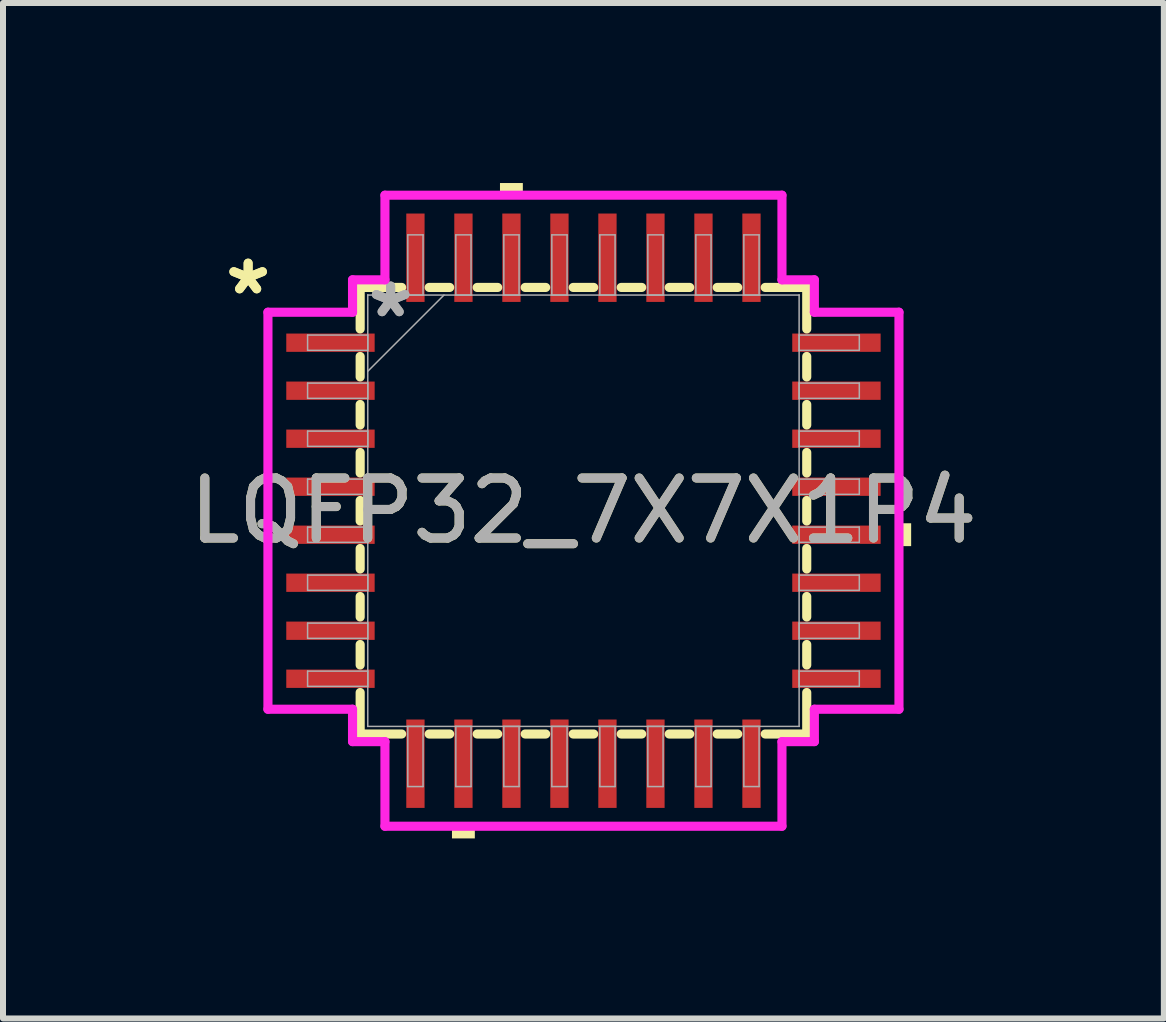
<source format=kicad_pcb>
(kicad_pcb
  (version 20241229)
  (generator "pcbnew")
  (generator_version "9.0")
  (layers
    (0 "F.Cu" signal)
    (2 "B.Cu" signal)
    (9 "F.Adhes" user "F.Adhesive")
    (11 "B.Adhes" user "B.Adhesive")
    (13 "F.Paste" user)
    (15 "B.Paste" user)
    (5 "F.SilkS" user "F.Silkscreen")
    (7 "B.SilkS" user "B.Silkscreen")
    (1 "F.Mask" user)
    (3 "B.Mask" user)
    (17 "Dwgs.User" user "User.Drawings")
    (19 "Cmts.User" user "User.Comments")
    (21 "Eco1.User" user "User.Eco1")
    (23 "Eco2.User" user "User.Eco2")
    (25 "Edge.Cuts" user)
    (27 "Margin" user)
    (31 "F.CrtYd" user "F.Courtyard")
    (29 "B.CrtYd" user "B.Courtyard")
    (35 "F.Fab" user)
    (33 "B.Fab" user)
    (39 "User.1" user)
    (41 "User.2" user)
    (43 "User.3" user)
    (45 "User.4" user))
  (footprint "LQFP32_7X7X1P4"
    (layer "F.Cu")
    (at 6.673 5.461)
    (property "Reference" "LQFP32_7X7X1P4" (at 0 0 0) (unlocked yes) (layer "F.SilkS") (effects (font (size 1 1) (thickness 0.15))))
    (attr smd)
    (fp_line (start -3.721 -3.721) (end -3.721 -3.029) (stroke (width 0.152) (type solid)) (layer "F.SilkS"))
    (fp_line (start -3.721 -2.571) (end -3.721 -2.229) (stroke (width 0.152) (type solid)) (layer "F.SilkS"))
    (fp_line (start -3.721 -1.771) (end -3.721 -1.429) (stroke (width 0.152) (type solid)) (layer "F.SilkS"))
    (fp_line (start -3.721 -0.971) (end -3.721 -0.629) (stroke (width 0.152) (type solid)) (layer "F.SilkS"))
    (fp_line (start -3.721 -0.171) (end -3.721 0.171) (stroke (width 0.152) (type solid)) (layer "F.SilkS"))
    (fp_line (start -3.721 0.629) (end -3.721 0.971) (stroke (width 0.152) (type solid)) (layer "F.SilkS"))
    (fp_line (start -3.721 1.429) (end -3.721 1.771) (stroke (width 0.152) (type solid)) (layer "F.SilkS"))
    (fp_line (start -3.721 2.229) (end -3.721 2.571) (stroke (width 0.152) (type solid)) (layer "F.SilkS"))
    (fp_line (start -3.721 3.029) (end -3.721 3.721) (stroke (width 0.152) (type solid)) (layer "F.SilkS"))
    (fp_line (start -3.721 3.721) (end -3.029 3.721) (stroke (width 0.152) (type solid)) (layer "F.SilkS"))
    (fp_line (start -3.029 -3.721) (end -3.721 -3.721) (stroke (width 0.152) (type solid)) (layer "F.SilkS"))
    (fp_line (start -2.571 3.721) (end -2.229 3.721) (stroke (width 0.152) (type solid)) (layer "F.SilkS"))
    (fp_line (start -2.229 -3.721) (end -2.571 -3.721) (stroke (width 0.152) (type solid)) (layer "F.SilkS"))
    (fp_line (start -1.771 3.721) (end -1.429 3.721) (stroke (width 0.152) (type solid)) (layer "F.SilkS"))
    (fp_line (start -1.429 -3.721) (end -1.771 -3.721) (stroke (width 0.152) (type solid)) (layer "F.SilkS"))
    (fp_line (start -0.971 3.721) (end -0.629 3.721) (stroke (width 0.152) (type solid)) (layer "F.SilkS"))
    (fp_line (start -0.629 -3.721) (end -0.971 -3.721) (stroke (width 0.152) (type solid)) (layer "F.SilkS"))
    (fp_line (start -0.171 3.721) (end 0.171 3.721) (stroke (width 0.152) (type solid)) (layer "F.SilkS"))
    (fp_line (start 0.171 -3.721) (end -0.171 -3.721) (stroke (width 0.152) (type solid)) (layer "F.SilkS"))
    (fp_line (start 0.629 3.721) (end 0.971 3.721) (stroke (width 0.152) (type solid)) (layer "F.SilkS"))
    (fp_line (start 0.971 -3.721) (end 0.629 -3.721) (stroke (width 0.152) (type solid)) (layer "F.SilkS"))
    (fp_line (start 1.429 3.721) (end 1.771 3.721) (stroke (width 0.152) (type solid)) (layer "F.SilkS"))
    (fp_line (start 1.771 -3.721) (end 1.429 -3.721) (stroke (width 0.152) (type solid)) (layer "F.SilkS"))
    (fp_line (start 2.229 3.721) (end 2.571 3.721) (stroke (width 0.152) (type solid)) (layer "F.SilkS"))
    (fp_line (start 2.571 -3.721) (end 2.229 -3.721) (stroke (width 0.152) (type solid)) (layer "F.SilkS"))
    (fp_line (start 3.029 3.721) (end 3.721 3.721) (stroke (width 0.152) (type solid)) (layer "F.SilkS"))
    (fp_line (start 3.721 -3.721) (end 3.029 -3.721) (stroke (width 0.152) (type solid)) (layer "F.SilkS"))
    (fp_line (start 3.721 -3.029) (end 3.721 -3.721) (stroke (width 0.152) (type solid)) (layer "F.SilkS"))
    (fp_line (start 3.721 -2.229) (end 3.721 -2.571) (stroke (width 0.152) (type solid)) (layer "F.SilkS"))
    (fp_line (start 3.721 -1.429) (end 3.721 -1.771) (stroke (width 0.152) (type solid)) (layer "F.SilkS"))
    (fp_line (start 3.721 -0.629) (end 3.721 -0.971) (stroke (width 0.152) (type solid)) (layer "F.SilkS"))
    (fp_line (start 3.721 0.171) (end 3.721 -0.171) (stroke (width 0.152) (type solid)) (layer "F.SilkS"))
    (fp_line (start 3.721 0.971) (end 3.721 0.629) (stroke (width 0.152) (type solid)) (layer "F.SilkS"))
    (fp_line (start 3.721 1.771) (end 3.721 1.429) (stroke (width 0.152) (type solid)) (layer "F.SilkS"))
    (fp_line (start 3.721 2.571) (end 3.721 2.229) (stroke (width 0.152) (type solid)) (layer "F.SilkS"))
    (fp_line (start 3.721 3.721) (end 3.721 3.029) (stroke (width 0.152) (type solid)) (layer "F.SilkS"))
    (fp_poly (pts (xy -2.191 5.207) (xy -2.191 5.461) (xy -1.81 5.461) (xy -1.81 5.207)) (stroke (width 0) (type solid)) (fill yes) (layer "F.SilkS"))
    (fp_poly (pts (xy -1.391 -5.207) (xy -1.391 -5.461) (xy -1.01 -5.461) (xy -1.01 -5.207)) (stroke (width 0) (type solid)) (fill yes) (layer "F.SilkS"))
    (fp_poly (pts (xy 5.461 0.209) (xy 5.461 0.59) (xy 5.207 0.59) (xy 5.207 0.209)) (stroke (width 0) (type solid)) (fill yes) (layer "F.SilkS"))
    (fp_line (start -5.258 -3.308) (end -3.848 -3.308) (stroke (width 0.152) (type solid)) (layer "F.CrtYd"))
    (fp_line (start -5.258 3.308) (end -5.258 -3.308) (stroke (width 0.152) (type solid)) (layer "F.CrtYd"))
    (fp_line (start -3.848 -3.848) (end -3.308 -3.848) (stroke (width 0.152) (type solid)) (layer "F.CrtYd"))
    (fp_line (start -3.848 -3.308) (end -3.848 -3.848) (stroke (width 0.152) (type solid)) (layer "F.CrtYd"))
    (fp_line (start -3.848 3.308) (end -5.258 3.308) (stroke (width 0.152) (type solid)) (layer "F.CrtYd"))
    (fp_line (start -3.848 3.848) (end -3.848 3.308) (stroke (width 0.152) (type solid)) (layer "F.CrtYd"))
    (fp_line (start -3.308 -5.258) (end 3.308 -5.258) (stroke (width 0.152) (type solid)) (layer "F.CrtYd"))
    (fp_line (start -3.308 -3.848) (end -3.308 -5.258) (stroke (width 0.152) (type solid)) (layer "F.CrtYd"))
    (fp_line (start -3.308 3.848) (end -3.848 3.848) (stroke (width 0.152) (type solid)) (layer "F.CrtYd"))
    (fp_line (start -3.308 5.258) (end -3.308 3.848) (stroke (width 0.152) (type solid)) (layer "F.CrtYd"))
    (fp_line (start 3.308 -5.258) (end 3.308 -3.848) (stroke (width 0.152) (type solid)) (layer "F.CrtYd"))
    (fp_line (start 3.308 -3.848) (end 3.848 -3.848) (stroke (width 0.152) (type solid)) (layer "F.CrtYd"))
    (fp_line (start 3.308 3.848) (end 3.308 5.258) (stroke (width 0.152) (type solid)) (layer "F.CrtYd"))
    (fp_line (start 3.308 5.258) (end -3.308 5.258) (stroke (width 0.152) (type solid)) (layer "F.CrtYd"))
    (fp_line (start 3.848 -3.308) (end 3.848 -3.848) (stroke (width 0.152) (type solid)) (layer "F.CrtYd"))
    (fp_line (start 3.848 3.308) (end 5.258 3.308) (stroke (width 0.152) (type solid)) (layer "F.CrtYd"))
    (fp_line (start 3.848 3.848) (end 3.308 3.848) (stroke (width 0.152) (type solid)) (layer "F.CrtYd"))
    (fp_line (start 3.848 3.848) (end 3.848 3.308) (stroke (width 0.152) (type solid)) (layer "F.CrtYd"))
    (fp_line (start 5.258 -3.308) (end 3.848 -3.308) (stroke (width 0.152) (type solid)) (layer "F.CrtYd"))
    (fp_line (start 5.258 3.308) (end 5.258 -3.308) (stroke (width 0.152) (type solid)) (layer "F.CrtYd"))
    (fp_line (start -4.597 -2.927) (end -4.597 -2.673) (stroke (width 0.025) (type solid)) (layer "F.Fab"))
    (fp_line (start -4.597 -2.673) (end -3.594 -2.673) (stroke (width 0.025) (type solid)) (layer "F.Fab"))
    (fp_line (start -4.597 -2.127) (end -4.597 -1.873) (stroke (width 0.025) (type solid)) (layer "F.Fab"))
    (fp_line (start -4.597 -1.873) (end -3.594 -1.873) (stroke (width 0.025) (type solid)) (layer "F.Fab"))
    (fp_line (start -4.597 -1.327) (end -4.597 -1.073) (stroke (width 0.025) (type solid)) (layer "F.Fab"))
    (fp_line (start -4.597 -1.073) (end -3.594 -1.073) (stroke (width 0.025) (type solid)) (layer "F.Fab"))
    (fp_line (start -4.597 -0.527) (end -4.597 -0.273) (stroke (width 0.025) (type solid)) (layer "F.Fab"))
    (fp_line (start -4.597 -0.273) (end -3.594 -0.273) (stroke (width 0.025) (type solid)) (layer "F.Fab"))
    (fp_line (start -4.597 0.273) (end -4.597 0.527) (stroke (width 0.025) (type solid)) (layer "F.Fab"))
    (fp_line (start -4.597 0.527) (end -3.594 0.527) (stroke (width 0.025) (type solid)) (layer "F.Fab"))
    (fp_line (start -4.597 1.073) (end -4.597 1.327) (stroke (width 0.025) (type solid)) (layer "F.Fab"))
    (fp_line (start -4.597 1.327) (end -3.594 1.327) (stroke (width 0.025) (type solid)) (layer "F.Fab"))
    (fp_line (start -4.597 1.873) (end -4.597 2.127) (stroke (width 0.025) (type solid)) (layer "F.Fab"))
    (fp_line (start -4.597 2.127) (end -3.594 2.127) (stroke (width 0.025) (type solid)) (layer "F.Fab"))
    (fp_line (start -4.597 2.673) (end -4.597 2.927) (stroke (width 0.025) (type solid)) (layer "F.Fab"))
    (fp_line (start -4.597 2.927) (end -3.594 2.927) (stroke (width 0.025) (type solid)) (layer "F.Fab"))
    (fp_line (start -3.594 -3.594) (end -3.594 -3.594) (stroke (width 0.025) (type solid)) (layer "F.Fab"))
    (fp_line (start -3.594 -3.594) (end -3.594 3.594) (stroke (width 0.025) (type solid)) (layer "F.Fab"))
    (fp_line (start -3.594 -2.927) (end -4.597 -2.927) (stroke (width 0.025) (type solid)) (layer "F.Fab"))
    (fp_line (start -3.594 -2.673) (end -3.594 -2.927) (stroke (width 0.025) (type solid)) (layer "F.Fab"))
    (fp_line (start -3.594 -2.324) (end -2.324 -3.594) (stroke (width 0.025) (type solid)) (layer "F.Fab"))
    (fp_line (start -3.594 -2.127) (end -4.597 -2.127) (stroke (width 0.025) (type solid)) (layer "F.Fab"))
    (fp_line (start -3.594 -1.873) (end -3.594 -2.127) (stroke (width 0.025) (type solid)) (layer "F.Fab"))
    (fp_line (start -3.594 -1.327) (end -4.597 -1.327) (stroke (width 0.025) (type solid)) (layer "F.Fab"))
    (fp_line (start -3.594 -1.073) (end -3.594 -1.327) (stroke (width 0.025) (type solid)) (layer "F.Fab"))
    (fp_line (start -3.594 -0.527) (end -4.597 -0.527) (stroke (width 0.025) (type solid)) (layer "F.Fab"))
    (fp_line (start -3.594 -0.273) (end -3.594 -0.527) (stroke (width 0.025) (type solid)) (layer "F.Fab"))
    (fp_line (start -3.594 0.273) (end -4.597 0.273) (stroke (width 0.025) (type solid)) (layer "F.Fab"))
    (fp_line (start -3.594 0.527) (end -3.594 0.273) (stroke (width 0.025) (type solid)) (layer "F.Fab"))
    (fp_line (start -3.594 1.073) (end -4.597 1.073) (stroke (width 0.025) (type solid)) (layer "F.Fab"))
    (fp_line (start -3.594 1.327) (end -3.594 1.073) (stroke (width 0.025) (type solid)) (layer "F.Fab"))
    (fp_line (start -3.594 1.873) (end -4.597 1.873) (stroke (width 0.025) (type solid)) (layer "F.Fab"))
    (fp_line (start -3.594 2.127) (end -3.594 1.873) (stroke (width 0.025) (type solid)) (layer "F.Fab"))
    (fp_line (start -3.594 2.673) (end -4.597 2.673) (stroke (width 0.025) (type solid)) (layer "F.Fab"))
    (fp_line (start -3.594 2.927) (end -3.594 2.673) (stroke (width 0.025) (type solid)) (layer "F.Fab"))
    (fp_line (start -3.594 3.594) (end -3.594 3.594) (stroke (width 0.025) (type solid)) (layer "F.Fab"))
    (fp_line (start -3.594 3.594) (end 3.594 3.594) (stroke (width 0.025) (type solid)) (layer "F.Fab"))
    (fp_line (start -2.927 -4.597) (end -2.927 -3.594) (stroke (width 0.025) (type solid)) (layer "F.Fab"))
    (fp_line (start -2.927 -3.594) (end -2.673 -3.594) (stroke (width 0.025) (type solid)) (layer "F.Fab"))
    (fp_line (start -2.927 3.594) (end -2.927 4.597) (stroke (width 0.025) (type solid)) (layer "F.Fab"))
    (fp_line (start -2.927 4.597) (end -2.673 4.597) (stroke (width 0.025) (type solid)) (layer "F.Fab"))
    (fp_line (start -2.673 -4.597) (end -2.927 -4.597) (stroke (width 0.025) (type solid)) (layer "F.Fab"))
    (fp_line (start -2.673 -3.594) (end -2.673 -4.597) (stroke (width 0.025) (type solid)) (layer "F.Fab"))
    (fp_line (start -2.673 3.594) (end -2.927 3.594) (stroke (width 0.025) (type solid)) (layer "F.Fab"))
    (fp_line (start -2.673 4.597) (end -2.673 3.594) (stroke (width 0.025) (type solid)) (layer "F.Fab"))
    (fp_line (start -2.127 -4.597) (end -2.127 -3.594) (stroke (width 0.025) (type solid)) (layer "F.Fab"))
    (fp_line (start -2.127 -3.594) (end -1.873 -3.594) (stroke (width 0.025) (type solid)) (layer "F.Fab"))
    (fp_line (start -2.127 3.594) (end -2.127 4.597) (stroke (width 0.025) (type solid)) (layer "F.Fab"))
    (fp_line (start -2.127 4.597) (end -1.873 4.597) (stroke (width 0.025) (type solid)) (layer "F.Fab"))
    (fp_line (start -1.873 -4.597) (end -2.127 -4.597) (stroke (width 0.025) (type solid)) (layer "F.Fab"))
    (fp_line (start -1.873 -3.594) (end -1.873 -4.597) (stroke (width 0.025) (type solid)) (layer "F.Fab"))
    (fp_line (start -1.873 3.594) (end -2.127 3.594) (stroke (width 0.025) (type solid)) (layer "F.Fab"))
    (fp_line (start -1.873 4.597) (end -1.873 3.594) (stroke (width 0.025) (type solid)) (layer "F.Fab"))
    (fp_line (start -1.327 -4.597) (end -1.327 -3.594) (stroke (width 0.025) (type solid)) (layer "F.Fab"))
    (fp_line (start -1.327 -3.594) (end -1.073 -3.594) (stroke (width 0.025) (type solid)) (layer "F.Fab"))
    (fp_line (start -1.327 3.594) (end -1.327 4.597) (stroke (width 0.025) (type solid)) (layer "F.Fab"))
    (fp_line (start -1.327 4.597) (end -1.073 4.597) (stroke (width 0.025) (type solid)) (layer "F.Fab"))
    (fp_line (start -1.073 -4.597) (end -1.327 -4.597) (stroke (width 0.025) (type solid)) (layer "F.Fab"))
    (fp_line (start -1.073 -3.594) (end -1.073 -4.597) (stroke (width 0.025) (type solid)) (layer "F.Fab"))
    (fp_line (start -1.073 3.594) (end -1.327 3.594) (stroke (width 0.025) (type solid)) (layer "F.Fab"))
    (fp_line (start -1.073 4.597) (end -1.073 3.594) (stroke (width 0.025) (type solid)) (layer "F.Fab"))
    (fp_line (start -0.527 -4.597) (end -0.527 -3.594) (stroke (width 0.025) (type solid)) (layer "F.Fab"))
    (fp_line (start -0.527 -3.594) (end -0.273 -3.594) (stroke (width 0.025) (type solid)) (layer "F.Fab"))
    (fp_line (start -0.527 3.594) (end -0.527 4.597) (stroke (width 0.025) (type solid)) (layer "F.Fab"))
    (fp_line (start -0.527 4.597) (end -0.273 4.597) (stroke (width 0.025) (type solid)) (layer "F.Fab"))
    (fp_line (start -0.273 -4.597) (end -0.527 -4.597) (stroke (width 0.025) (type solid)) (layer "F.Fab"))
    (fp_line (start -0.273 -3.594) (end -0.273 -4.597) (stroke (width 0.025) (type solid)) (layer "F.Fab"))
    (fp_line (start -0.273 3.594) (end -0.527 3.594) (stroke (width 0.025) (type solid)) (layer "F.Fab"))
    (fp_line (start -0.273 4.597) (end -0.273 3.594) (stroke (width 0.025) (type solid)) (layer "F.Fab"))
    (fp_line (start 0.273 -4.597) (end 0.273 -3.594) (stroke (width 0.025) (type solid)) (layer "F.Fab"))
    (fp_line (start 0.273 -3.594) (end 0.527 -3.594) (stroke (width 0.025) (type solid)) (layer "F.Fab"))
    (fp_line (start 0.273 3.594) (end 0.273 4.597) (stroke (width 0.025) (type solid)) (layer "F.Fab"))
    (fp_line (start 0.273 4.597) (end 0.527 4.597) (stroke (width 0.025) (type solid)) (layer "F.Fab"))
    (fp_line (start 0.527 -4.597) (end 0.273 -4.597) (stroke (width 0.025) (type solid)) (layer "F.Fab"))
    (fp_line (start 0.527 -3.594) (end 0.527 -4.597) (stroke (width 0.025) (type solid)) (layer "F.Fab"))
    (fp_line (start 0.527 3.594) (end 0.273 3.594) (stroke (width 0.025) (type solid)) (layer "F.Fab"))
    (fp_line (start 0.527 4.597) (end 0.527 3.594) (stroke (width 0.025) (type solid)) (layer "F.Fab"))
    (fp_line (start 1.073 -4.597) (end 1.073 -3.594) (stroke (width 0.025) (type solid)) (layer "F.Fab"))
    (fp_line (start 1.073 -3.594) (end 1.327 -3.594) (stroke (width 0.025) (type solid)) (layer "F.Fab"))
    (fp_line (start 1.073 3.594) (end 1.073 4.597) (stroke (width 0.025) (type solid)) (layer "F.Fab"))
    (fp_line (start 1.073 4.597) (end 1.327 4.597) (stroke (width 0.025) (type solid)) (layer "F.Fab"))
    (fp_line (start 1.327 -4.597) (end 1.073 -4.597) (stroke (width 0.025) (type solid)) (layer "F.Fab"))
    (fp_line (start 1.327 -3.594) (end 1.327 -4.597) (stroke (width 0.025) (type solid)) (layer "F.Fab"))
    (fp_line (start 1.327 3.594) (end 1.073 3.594) (stroke (width 0.025) (type solid)) (layer "F.Fab"))
    (fp_line (start 1.327 4.597) (end 1.327 3.594) (stroke (width 0.025) (type solid)) (layer "F.Fab"))
    (fp_line (start 1.873 -4.597) (end 1.873 -3.594) (stroke (width 0.025) (type solid)) (layer "F.Fab"))
    (fp_line (start 1.873 -3.594) (end 2.127 -3.594) (stroke (width 0.025) (type solid)) (layer "F.Fab"))
    (fp_line (start 1.873 3.594) (end 1.873 4.597) (stroke (width 0.025) (type solid)) (layer "F.Fab"))
    (fp_line (start 1.873 4.597) (end 2.127 4.597) (stroke (width 0.025) (type solid)) (layer "F.Fab"))
    (fp_line (start 2.127 -4.597) (end 1.873 -4.597) (stroke (width 0.025) (type solid)) (layer "F.Fab"))
    (fp_line (start 2.127 -3.594) (end 2.127 -4.597) (stroke (width 0.025) (type solid)) (layer "F.Fab"))
    (fp_line (start 2.127 3.594) (end 1.873 3.594) (stroke (width 0.025) (type solid)) (layer "F.Fab"))
    (fp_line (start 2.127 4.597) (end 2.127 3.594) (stroke (width 0.025) (type solid)) (layer "F.Fab"))
    (fp_line (start 2.673 -4.597) (end 2.673 -3.594) (stroke (width 0.025) (type solid)) (layer "F.Fab"))
    (fp_line (start 2.673 -3.594) (end 2.927 -3.594) (stroke (width 0.025) (type solid)) (layer "F.Fab"))
    (fp_line (start 2.673 3.594) (end 2.673 4.597) (stroke (width 0.025) (type solid)) (layer "F.Fab"))
    (fp_line (start 2.673 4.597) (end 2.927 4.597) (stroke (width 0.025) (type solid)) (layer "F.Fab"))
    (fp_line (start 2.927 -4.597) (end 2.673 -4.597) (stroke (width 0.025) (type solid)) (layer "F.Fab"))
    (fp_line (start 2.927 -3.594) (end 2.927 -4.597) (stroke (width 0.025) (type solid)) (layer "F.Fab"))
    (fp_line (start 2.927 3.594) (end 2.673 3.594) (stroke (width 0.025) (type solid)) (layer "F.Fab"))
    (fp_line (start 2.927 4.597) (end 2.927 3.594) (stroke (width 0.025) (type solid)) (layer "F.Fab"))
    (fp_line (start 3.594 -3.594) (end -3.594 -3.594) (stroke (width 0.025) (type solid)) (layer "F.Fab"))
    (fp_line (start 3.594 -3.594) (end 3.594 -3.594) (stroke (width 0.025) (type solid)) (layer "F.Fab"))
    (fp_line (start 3.594 -2.927) (end 3.594 -2.673) (stroke (width 0.025) (type solid)) (layer "F.Fab"))
    (fp_line (start 3.594 -2.673) (end 4.597 -2.673) (stroke (width 0.025) (type solid)) (layer "F.Fab"))
    (fp_line (start 3.594 -2.127) (end 3.594 -1.873) (stroke (width 0.025) (type solid)) (layer "F.Fab"))
    (fp_line (start 3.594 -1.873) (end 4.597 -1.873) (stroke (width 0.025) (type solid)) (layer "F.Fab"))
    (fp_line (start 3.594 -1.327) (end 3.594 -1.073) (stroke (width 0.025) (type solid)) (layer "F.Fab"))
    (fp_line (start 3.594 -1.073) (end 4.597 -1.073) (stroke (width 0.025) (type solid)) (layer "F.Fab"))
    (fp_line (start 3.594 -0.527) (end 3.594 -0.273) (stroke (width 0.025) (type solid)) (layer "F.Fab"))
    (fp_line (start 3.594 -0.273) (end 4.597 -0.273) (stroke (width 0.025) (type solid)) (layer "F.Fab"))
    (fp_line (start 3.594 0.273) (end 3.594 0.527) (stroke (width 0.025) (type solid)) (layer "F.Fab"))
    (fp_line (start 3.594 0.527) (end 4.597 0.527) (stroke (width 0.025) (type solid)) (layer "F.Fab"))
    (fp_line (start 3.594 1.073) (end 3.594 1.327) (stroke (width 0.025) (type solid)) (layer "F.Fab"))
    (fp_line (start 3.594 1.327) (end 4.597 1.327) (stroke (width 0.025) (type solid)) (layer "F.Fab"))
    (fp_line (start 3.594 1.873) (end 3.594 2.127) (stroke (width 0.025) (type solid)) (layer "F.Fab"))
    (fp_line (start 3.594 2.127) (end 4.597 2.127) (stroke (width 0.025) (type solid)) (layer "F.Fab"))
    (fp_line (start 3.594 2.673) (end 3.594 2.927) (stroke (width 0.025) (type solid)) (layer "F.Fab"))
    (fp_line (start 3.594 2.927) (end 4.597 2.927) (stroke (width 0.025) (type solid)) (layer "F.Fab"))
    (fp_line (start 3.594 3.594) (end 3.594 -3.594) (stroke (width 0.025) (type solid)) (layer "F.Fab"))
    (fp_line (start 3.594 3.594) (end 3.594 3.594) (stroke (width 0.025) (type solid)) (layer "F.Fab"))
    (fp_line (start 4.597 -2.927) (end 3.594 -2.927) (stroke (width 0.025) (type solid)) (layer "F.Fab"))
    (fp_line (start 4.597 -2.673) (end 4.597 -2.927) (stroke (width 0.025) (type solid)) (layer "F.Fab"))
    (fp_line (start 4.597 -2.127) (end 3.594 -2.127) (stroke (width 0.025) (type solid)) (layer "F.Fab"))
    (fp_line (start 4.597 -1.873) (end 4.597 -2.127) (stroke (width 0.025) (type solid)) (layer "F.Fab"))
    (fp_line (start 4.597 -1.327) (end 3.594 -1.327) (stroke (width 0.025) (type solid)) (layer "F.Fab"))
    (fp_line (start 4.597 -1.073) (end 4.597 -1.327) (stroke (width 0.025) (type solid)) (layer "F.Fab"))
    (fp_line (start 4.597 -0.527) (end 3.594 -0.527) (stroke (width 0.025) (type solid)) (layer "F.Fab"))
    (fp_line (start 4.597 -0.273) (end 4.597 -0.527) (stroke (width 0.025) (type solid)) (layer "F.Fab"))
    (fp_line (start 4.597 0.273) (end 3.594 0.273) (stroke (width 0.025) (type solid)) (layer "F.Fab"))
    (fp_line (start 4.597 0.527) (end 4.597 0.273) (stroke (width 0.025) (type solid)) (layer "F.Fab"))
    (fp_line (start 4.597 1.073) (end 3.594 1.073) (stroke (width 0.025) (type solid)) (layer "F.Fab"))
    (fp_line (start 4.597 1.327) (end 4.597 1.073) (stroke (width 0.025) (type solid)) (layer "F.Fab"))
    (fp_line (start 4.597 1.873) (end 3.594 1.873) (stroke (width 0.025) (type solid)) (layer "F.Fab"))
    (fp_line (start 4.597 2.127) (end 4.597 1.873) (stroke (width 0.025) (type solid)) (layer "F.Fab"))
    (fp_line (start 4.597 2.673) (end 3.594 2.673) (stroke (width 0.025) (type solid)) (layer "F.Fab"))
    (fp_line (start 4.597 2.927) (end 4.597 2.673) (stroke (width 0.025) (type solid)) (layer "F.Fab"))
    (fp_text user "*" (at -5.588 -3.581 0) (unlocked yes) (layer "F.SilkS") (effects (font (size 1 1) (thickness 0.15))))
    (fp_text user "*" (at -5.588 -3.581 0) (layer "F.SilkS") (effects (font (size 1 1) (thickness 0.15))))
    (fp_text user "${REFERENCE}" (at 0 0 0) (unlocked yes) (layer "F.Fab") (effects (font (size 1 1) (thickness 0.15))))
    (fp_text user "*" (at -3.213 -3.2 0) (layer "F.Fab") (effects (font (size 1 1) (thickness 0.15))))
    (fp_text user "*" (at -3.213 -3.2 0) (unlocked yes) (layer "F.Fab") (effects (font (size 1 1) (thickness 0.15))))
    (pad "1" smd rect (at -4.216 -2.8 90) (size 0.305 1.473) (layers "F.Cu" "F.Mask" "F.Paste"))
    (pad "2" smd rect (at -4.216 -2 90) (size 0.305 1.473) (layers "F.Cu" "F.Mask" "F.Paste"))
    (pad "3" smd rect (at -4.216 -1.2 90) (size 0.305 1.473) (layers "F.Cu" "F.Mask" "F.Paste"))
    (pad "4" smd rect (at -4.216 -0.4 90) (size 0.305 1.473) (layers "F.Cu" "F.Mask" "F.Paste"))
    (pad "5" smd rect (at -4.216 0.4 90) (size 0.305 1.473) (layers "F.Cu" "F.Mask" "F.Paste"))
    (pad "6" smd rect (at -4.216 1.2 90) (size 0.305 1.473) (layers "F.Cu" "F.Mask" "F.Paste"))
    (pad "7" smd rect (at -4.216 2 90) (size 0.305 1.473) (layers "F.Cu" "F.Mask" "F.Paste"))
    (pad "8" smd rect (at -4.216 2.8 90) (size 0.305 1.473) (layers "F.Cu" "F.Mask" "F.Paste"))
    (pad "9" smd rect (at -2.8 4.216) (size 0.305 1.473) (layers "F.Cu" "F.Mask" "F.Paste"))
    (pad "10" smd rect (at -2 4.216) (size 0.305 1.473) (layers "F.Cu" "F.Mask" "F.Paste"))
    (pad "11" smd rect (at -1.2 4.216) (size 0.305 1.473) (layers "F.Cu" "F.Mask" "F.Paste"))
    (pad "12" smd rect (at -0.4 4.216) (size 0.305 1.473) (layers "F.Cu" "F.Mask" "F.Paste"))
    (pad "13" smd rect (at 0.4 4.216) (size 0.305 1.473) (layers "F.Cu" "F.Mask" "F.Paste"))
    (pad "14" smd rect (at 1.2 4.216) (size 0.305 1.473) (layers "F.Cu" "F.Mask" "F.Paste"))
    (pad "15" smd rect (at 2 4.216) (size 0.305 1.473) (layers "F.Cu" "F.Mask" "F.Paste"))
    (pad "16" smd rect (at 2.8 4.216) (size 0.305 1.473) (layers "F.Cu" "F.Mask" "F.Paste"))
    (pad "17" smd rect (at 4.216 2.8 90) (size 0.305 1.473) (layers "F.Cu" "F.Mask" "F.Paste"))
    (pad "18" smd rect (at 4.216 2 90) (size 0.305 1.473) (layers "F.Cu" "F.Mask" "F.Paste"))
    (pad "19" smd rect (at 4.216 1.2 90) (size 0.305 1.473) (layers "F.Cu" "F.Mask" "F.Paste"))
    (pad "20" smd rect (at 4.216 0.4 90) (size 0.305 1.473) (layers "F.Cu" "F.Mask" "F.Paste"))
    (pad "21" smd rect (at 4.216 -0.4 90) (size 0.305 1.473) (layers "F.Cu" "F.Mask" "F.Paste"))
    (pad "22" smd rect (at 4.216 -1.2 90) (size 0.305 1.473) (layers "F.Cu" "F.Mask" "F.Paste"))
    (pad "23" smd rect (at 4.216 -2 90) (size 0.305 1.473) (layers "F.Cu" "F.Mask" "F.Paste"))
    (pad "24" smd rect (at 4.216 -2.8 90) (size 0.305 1.473) (layers "F.Cu" "F.Mask" "F.Paste"))
    (pad "25" smd rect (at 2.8 -4.216) (size 0.305 1.473) (layers "F.Cu" "F.Mask" "F.Paste"))
    (pad "26" smd rect (at 2 -4.216) (size 0.305 1.473) (layers "F.Cu" "F.Mask" "F.Paste"))
    (pad "27" smd rect (at 1.2 -4.216) (size 0.305 1.473) (layers "F.Cu" "F.Mask" "F.Paste"))
    (pad "28" smd rect (at 0.4 -4.216) (size 0.305 1.473) (layers "F.Cu" "F.Mask" "F.Paste"))
    (pad "29" smd rect (at -0.4 -4.216) (size 0.305 1.473) (layers "F.Cu" "F.Mask" "F.Paste"))
    (pad "30" smd rect (at -1.2 -4.216) (size 0.305 1.473) (layers "F.Cu" "F.Mask" "F.Paste"))
    (pad "31" smd rect (at -2 -4.216) (size 0.305 1.473) (layers "F.Cu" "F.Mask" "F.Paste"))
    (pad "32" smd rect (at -2.8 -4.216) (size 0.305 1.473) (layers "F.Cu" "F.Mask" "F.Paste")))
  (gr_rect
    (start -3 -3)
    (end 16.345 13.922)
    (stroke (width 0.1) (type default))
    (fill no)
    (layer "Edge.Cuts")))
</source>
